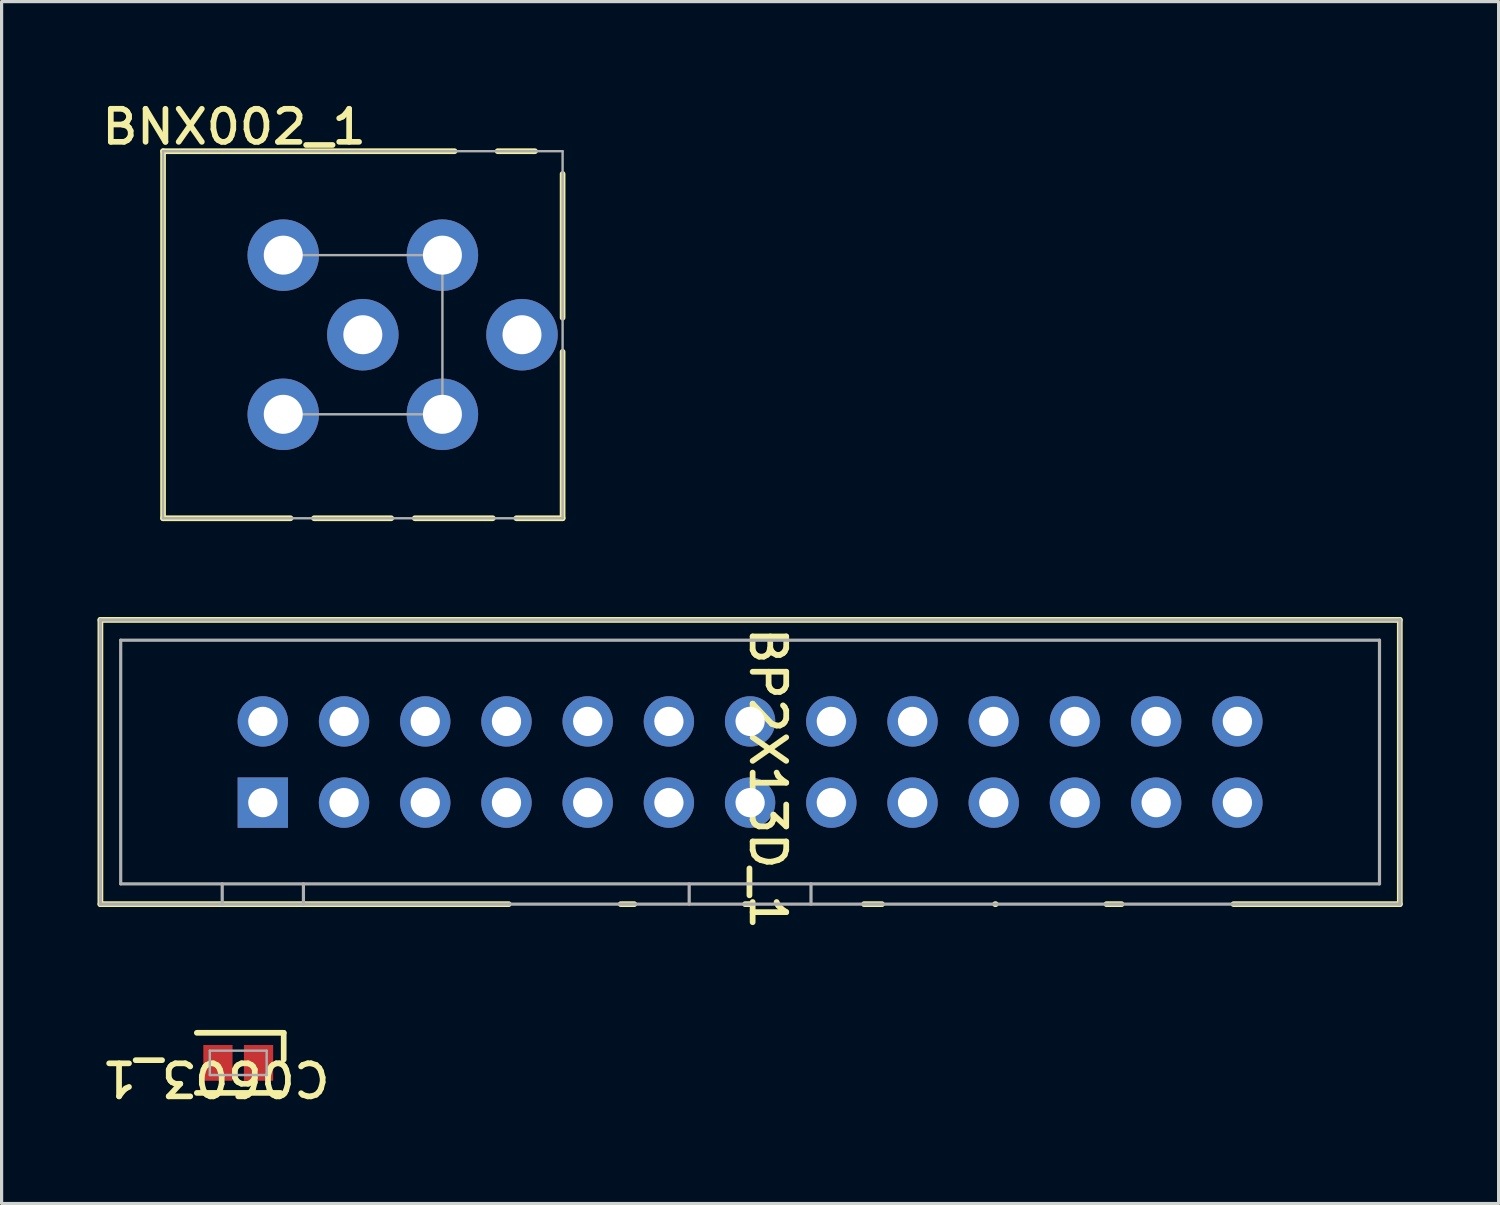
<source format=kicad_pcb>
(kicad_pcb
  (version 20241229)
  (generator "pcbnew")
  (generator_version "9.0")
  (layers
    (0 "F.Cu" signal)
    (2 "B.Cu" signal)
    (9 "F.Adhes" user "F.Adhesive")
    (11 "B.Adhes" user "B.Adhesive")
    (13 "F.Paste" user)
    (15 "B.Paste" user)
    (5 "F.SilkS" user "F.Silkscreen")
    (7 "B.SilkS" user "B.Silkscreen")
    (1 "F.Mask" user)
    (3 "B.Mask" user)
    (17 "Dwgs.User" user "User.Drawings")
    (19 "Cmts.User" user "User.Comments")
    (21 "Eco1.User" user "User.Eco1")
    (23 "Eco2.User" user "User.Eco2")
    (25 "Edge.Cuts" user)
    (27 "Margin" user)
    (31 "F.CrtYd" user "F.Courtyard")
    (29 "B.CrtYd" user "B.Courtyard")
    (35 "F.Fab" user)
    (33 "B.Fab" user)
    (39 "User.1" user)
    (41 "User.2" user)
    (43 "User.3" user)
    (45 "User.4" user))
  (footprint "C0603_1"
    (layer "F.Cu")
    (at 4.401 30.192)
    (property "Reference" "C0603_1" (at -0.699 0.483 180) (unlocked yes) (layer "F.SilkS") (effects (font (size 1.033 1.087) (thickness 0.178))))
    (attr smd)
    (fp_line (start -1.295 -0.94) (end 1.422 -0.94) (stroke (width 0.178) (type solid)) (layer "F.SilkS"))
    (fp_line (start -1.295 0.94) (end 1.321 0.94) (stroke (width 0.178) (type solid)) (layer "F.SilkS"))
    (fp_line (start 1.422 -0.102) (end 1.422 -0.94) (stroke (width 0.178) (type solid)) (layer "F.SilkS"))
    (fp_line (start -0.889 -0.381) (end 0.889 -0.381) (stroke (width 0.076) (type solid)) (layer "F.Fab"))
    (fp_line (start -0.889 0.381) (end -0.889 -0.381) (stroke (width 0.076) (type solid)) (layer "F.Fab"))
    (fp_line (start -0.889 0.381) (end 0.889 0.381) (stroke (width 0.076) (type solid)) (layer "F.Fab"))
    (fp_line (start 0.889 0.381) (end 0.889 -0.381) (stroke (width 0.076) (type solid)) (layer "F.Fab"))
    (pad "1" smd rect (at -0.635 0) (size 0.914 1.118) (layers "F.Cu" "F.Mask" "F.Paste"))
    (pad "2" smd rect (at 0.635 0) (size 0.914 1.118) (layers "F.Cu" "F.Mask" "F.Paste")))
  (footprint "BNX002_1"
    (layer "F.Cu")
    (at 8.298 7.419)
    (property "Reference" "BNX002_1" (at -4.026 -6.502 0) (unlocked yes) (layer "F.SilkS") (effects (font (size 1.033 1.087) (thickness 0.178))))
    (attr smd)
    (fp_line (start -6.248 -5.74) (end 2.87 -5.74) (stroke (width 0.178) (type solid)) (layer "F.SilkS"))
    (fp_line (start -6.248 5.74) (end -6.248 -5.74) (stroke (width 0.178) (type solid)) (layer "F.SilkS"))
    (fp_line (start -6.248 5.74) (end -2.261 5.74) (stroke (width 0.178) (type solid)) (layer "F.SilkS"))
    (fp_line (start -1.524 5.74) (end 0.889 5.74) (stroke (width 0.178) (type solid)) (layer "F.SilkS"))
    (fp_line (start 1.626 5.74) (end 4.064 5.74) (stroke (width 0.178) (type solid)) (layer "F.SilkS"))
    (fp_line (start 4.216 -5.74) (end 5.385 -5.74) (stroke (width 0.178) (type solid)) (layer "F.SilkS"))
    (fp_line (start 4.801 5.74) (end 6.248 5.74) (stroke (width 0.178) (type solid)) (layer "F.SilkS"))
    (fp_line (start 6.248 -0.533) (end 6.248 -5.029) (stroke (width 0.178) (type solid)) (layer "F.SilkS"))
    (fp_line (start 6.248 5.74) (end 6.248 0.533) (stroke (width 0.178) (type solid)) (layer "F.SilkS"))
    (fp_line (start -6.248 -5.74) (end 6.248 -5.74) (stroke (width 0.076) (type solid)) (layer "F.Fab"))
    (fp_line (start -6.248 5.74) (end -6.248 -5.74) (stroke (width 0.076) (type solid)) (layer "F.Fab"))
    (fp_line (start -6.248 5.74) (end 6.248 5.74) (stroke (width 0.076) (type solid)) (layer "F.Fab"))
    (fp_line (start -2.489 -2.489) (end 2.489 -2.489) (stroke (width 0.076) (type solid)) (layer "F.Fab"))
    (fp_line (start -2.489 2.489) (end 2.489 2.489) (stroke (width 0.076) (type solid)) (layer "F.Fab"))
    (fp_line (start 2.489 2.489) (end 2.489 -2.489) (stroke (width 0.076) (type solid)) (layer "F.Fab"))
    (fp_line (start 6.248 5.74) (end 6.248 -5.74) (stroke (width 0.076) (type solid)) (layer "F.Fab"))
    (pad "B" thru_hole circle (at 2.489 -2.489) (size 2.235 2.235) (drill 1.219) (layers "*.Cu" "*.Mask"))
    (pad "CB" thru_hole circle (at 2.489 2.489) (size 2.235 2.235) (drill 1.219) (layers "*.Cu" "*.Mask"))
    (pad "CG1" thru_hole circle (at -2.489 2.489) (size 2.235 2.235) (drill 1.219) (layers "*.Cu" "*.Mask"))
    (pad "CG2" thru_hole circle (at 0 0) (size 2.235 2.235) (drill 1.219) (layers "*.Cu" "*.Mask"))
    (pad "CG3" thru_hole circle (at 4.978 0) (size 2.235 2.235) (drill 1.219) (layers "*.Cu" "*.Mask"))
    (pad "PSG" thru_hole circle (at -2.489 -2.489) (size 2.235 2.235) (drill 1.219) (layers "*.Cu" "*.Mask")))
  (footprint "BP2X13D_1"
    (layer "F.Cu")
    (at 5.17 22.053)
    (property "Reference" "BP2X13D_1" (at 15.796 -0.755 270) (unlocked yes) (layer "F.SilkS") (effects (font (size 1.05 1.104) (thickness 0.18))))
    (attr smd)
    (fp_line (start -5.08 -5.715) (end 35.56 -5.715) (stroke (width 0.18) (type solid)) (layer "F.SilkS"))
    (fp_line (start -5.08 3.175) (end -5.08 -5.715) (stroke (width 0.18) (type solid)) (layer "F.SilkS"))
    (fp_line (start -5.08 3.175) (end 7.691 3.175) (stroke (width 0.18) (type solid)) (layer "F.SilkS"))
    (fp_line (start 11.195 3.175) (end 11.617 3.175) (stroke (width 0.18) (type solid)) (layer "F.SilkS"))
    (fp_line (start 15.084 3.175) (end 15.3 3.175) (stroke (width 0.18) (type solid)) (layer "F.SilkS"))
    (fp_line (start 18.804 3.175) (end 19.364 3.175) (stroke (width 0.18) (type solid)) (layer "F.SilkS"))
    (fp_line (start 22.905 3.175) (end 22.92 3.175) (stroke (width 0.18) (type solid)) (layer "F.SilkS"))
    (fp_line (start 26.387 3.175) (end 26.857 3.175) (stroke (width 0.18) (type solid)) (layer "F.SilkS"))
    (fp_line (start 30.361 3.175) (end 35.56 3.175) (stroke (width 0.18) (type solid)) (layer "F.SilkS"))
    (fp_line (start 35.56 3.175) (end 35.56 -5.715) (stroke (width 0.18) (type solid)) (layer "F.SilkS"))
    (fp_line (start -5.08 -5.715) (end 35.56 -5.715) (stroke (width 0.1) (type solid)) (layer "F.Fab"))
    (fp_line (start -5.08 3.175) (end -5.08 -5.715) (stroke (width 0.1) (type solid)) (layer "F.Fab"))
    (fp_line (start -5.08 3.175) (end 35.56 3.175) (stroke (width 0.1) (type solid)) (layer "F.Fab"))
    (fp_line (start -4.445 -5.08) (end 34.925 -5.08) (stroke (width 0.1) (type solid)) (layer "F.Fab"))
    (fp_line (start -4.445 2.54) (end -4.445 -5.08) (stroke (width 0.1) (type solid)) (layer "F.Fab"))
    (fp_line (start -4.445 2.54) (end 34.925 2.54) (stroke (width 0.1) (type solid)) (layer "F.Fab"))
    (fp_line (start -1.27 3.175) (end -1.27 2.54) (stroke (width 0.1) (type solid)) (layer "F.Fab"))
    (fp_line (start 1.27 3.175) (end 1.27 2.54) (stroke (width 0.1) (type solid)) (layer "F.Fab"))
    (fp_line (start 13.335 3.175) (end 13.335 2.54) (stroke (width 0.1) (type solid)) (layer "F.Fab"))
    (fp_line (start 17.145 3.175) (end 17.145 2.54) (stroke (width 0.1) (type solid)) (layer "F.Fab"))
    (fp_line (start 34.925 2.54) (end 34.925 -5.08) (stroke (width 0.1) (type solid)) (layer "F.Fab"))
    (fp_line (start 35.56 3.175) (end 35.56 -5.715) (stroke (width 0.1) (type solid)) (layer "F.Fab"))
    (pad "1" thru_hole rect (at 0 0) (size 1.575 1.575) (drill 0.914) (layers "*.Cu" "*.Mask"))
    (pad "2" thru_hole circle (at 0 -2.54) (size 1.575 1.575) (drill 0.914) (layers "*.Cu" "*.Mask"))
    (pad "3" thru_hole circle (at 2.54 0) (size 1.575 1.575) (drill 0.914) (layers "*.Cu" "*.Mask"))
    (pad "4" thru_hole circle (at 2.54 -2.54) (size 1.575 1.575) (drill 0.914) (layers "*.Cu" "*.Mask"))
    (pad "5" thru_hole circle (at 5.08 0) (size 1.575 1.575) (drill 0.914) (layers "*.Cu" "*.Mask"))
    (pad "6" thru_hole circle (at 5.08 -2.54) (size 1.575 1.575) (drill 0.914) (layers "*.Cu" "*.Mask"))
    (pad "7" thru_hole circle (at 7.62 0) (size 1.575 1.575) (drill 0.914) (layers "*.Cu" "*.Mask"))
    (pad "8" thru_hole circle (at 7.62 -2.54) (size 1.575 1.575) (drill 0.914) (layers "*.Cu" "*.Mask"))
    (pad "9" thru_hole circle (at 10.16 0) (size 1.575 1.575) (drill 0.914) (layers "*.Cu" "*.Mask"))
    (pad "10" thru_hole circle (at 10.16 -2.54) (size 1.575 1.575) (drill 0.914) (layers "*.Cu" "*.Mask"))
    (pad "11" thru_hole circle (at 12.7 0) (size 1.575 1.575) (drill 0.914) (layers "*.Cu" "*.Mask"))
    (pad "12" thru_hole circle (at 12.7 -2.54) (size 1.575 1.575) (drill 0.914) (layers "*.Cu" "*.Mask"))
    (pad "13" thru_hole circle (at 15.24 0) (size 1.575 1.575) (drill 0.914) (layers "*.Cu" "*.Mask"))
    (pad "14" thru_hole circle (at 15.24 -2.54) (size 1.575 1.575) (drill 0.914) (layers "*.Cu" "*.Mask"))
    (pad "15" thru_hole circle (at 17.78 0) (size 1.575 1.575) (drill 0.914) (layers "*.Cu" "*.Mask"))
    (pad "16" thru_hole circle (at 17.78 -2.54) (size 1.575 1.575) (drill 0.914) (layers "*.Cu" "*.Mask"))
    (pad "17" thru_hole circle (at 20.32 0) (size 1.575 1.575) (drill 0.914) (layers "*.Cu" "*.Mask"))
    (pad "18" thru_hole circle (at 20.32 -2.54) (size 1.575 1.575) (drill 0.914) (layers "*.Cu" "*.Mask"))
    (pad "19" thru_hole circle (at 22.86 0) (size 1.575 1.575) (drill 0.914) (layers "*.Cu" "*.Mask"))
    (pad "20" thru_hole circle (at 22.86 -2.54) (size 1.575 1.575) (drill 0.914) (layers "*.Cu" "*.Mask"))
    (pad "21" thru_hole circle (at 25.4 0) (size 1.575 1.575) (drill 0.914) (layers "*.Cu" "*.Mask"))
    (pad "22" thru_hole circle (at 25.4 -2.54) (size 1.575 1.575) (drill 0.914) (layers "*.Cu" "*.Mask"))
    (pad "23" thru_hole circle (at 27.94 0) (size 1.575 1.575) (drill 0.914) (layers "*.Cu" "*.Mask"))
    (pad "24" thru_hole circle (at 27.94 -2.54) (size 1.575 1.575) (drill 0.914) (layers "*.Cu" "*.Mask"))
    (pad "25" thru_hole circle (at 30.48 0) (size 1.575 1.575) (drill 0.914) (layers "*.Cu" "*.Mask"))
    (pad "26" thru_hole circle (at 30.48 -2.54) (size 1.575 1.575) (drill 0.914) (layers "*.Cu" "*.Mask")))
  (gr_rect
    (start -3 -3)
    (end 43.82 34.591)
    (stroke (width 0.1) (type default))
    (fill no)
    (layer "Edge.Cuts")))
</source>
